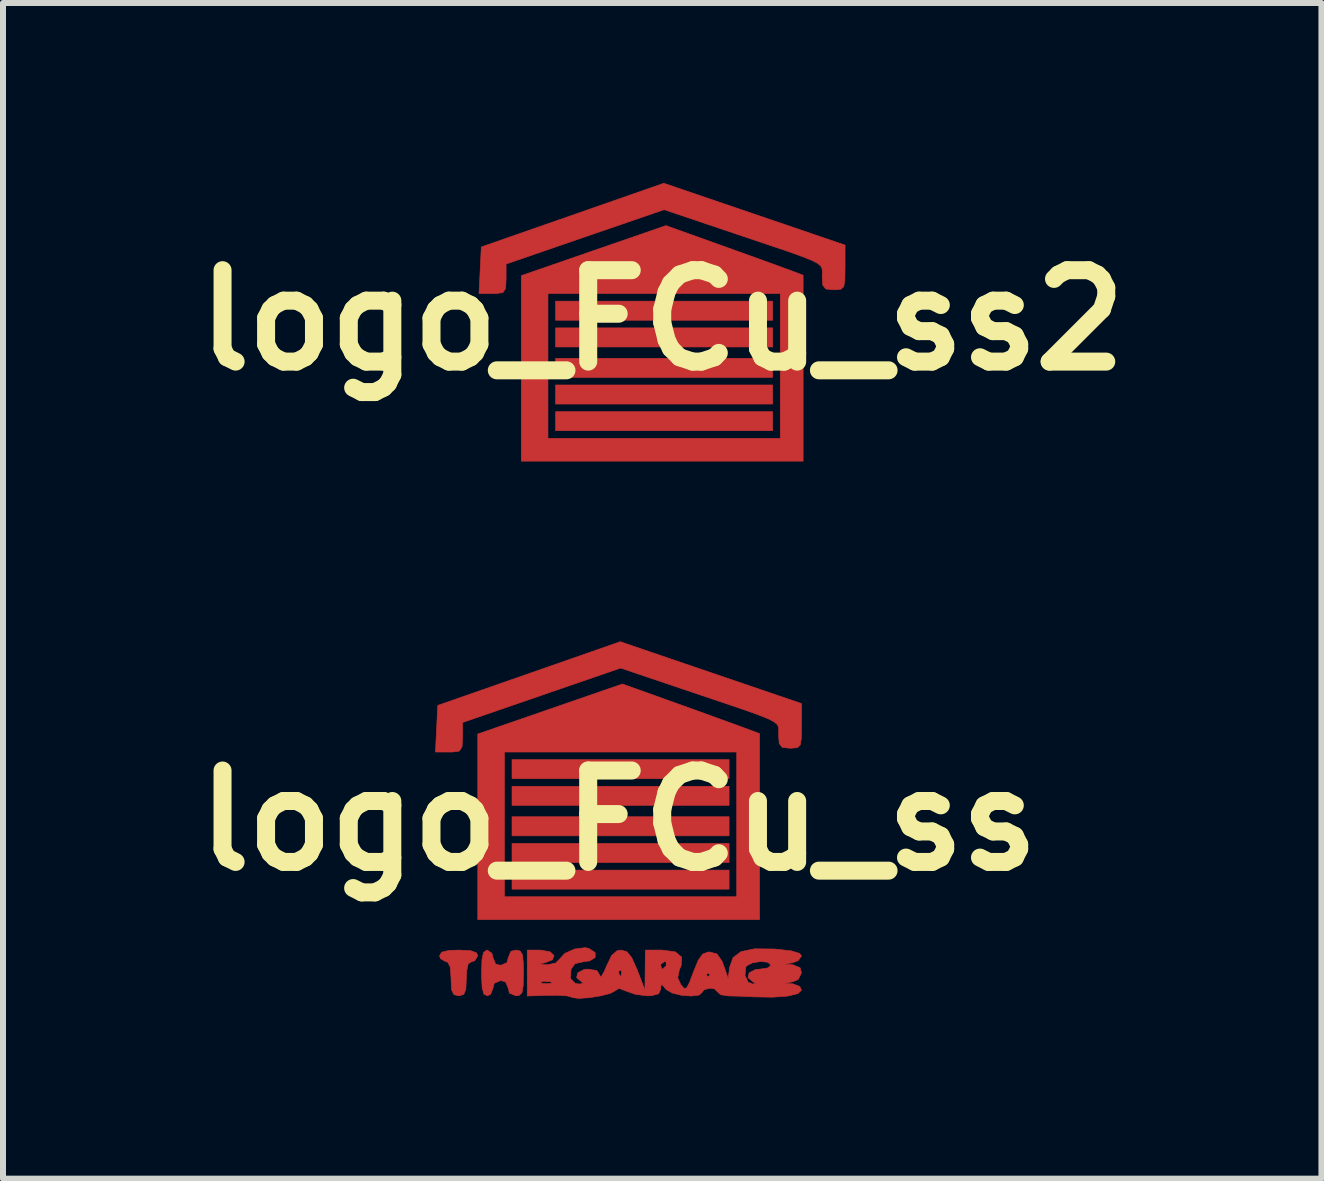
<source format=kicad_pcb>
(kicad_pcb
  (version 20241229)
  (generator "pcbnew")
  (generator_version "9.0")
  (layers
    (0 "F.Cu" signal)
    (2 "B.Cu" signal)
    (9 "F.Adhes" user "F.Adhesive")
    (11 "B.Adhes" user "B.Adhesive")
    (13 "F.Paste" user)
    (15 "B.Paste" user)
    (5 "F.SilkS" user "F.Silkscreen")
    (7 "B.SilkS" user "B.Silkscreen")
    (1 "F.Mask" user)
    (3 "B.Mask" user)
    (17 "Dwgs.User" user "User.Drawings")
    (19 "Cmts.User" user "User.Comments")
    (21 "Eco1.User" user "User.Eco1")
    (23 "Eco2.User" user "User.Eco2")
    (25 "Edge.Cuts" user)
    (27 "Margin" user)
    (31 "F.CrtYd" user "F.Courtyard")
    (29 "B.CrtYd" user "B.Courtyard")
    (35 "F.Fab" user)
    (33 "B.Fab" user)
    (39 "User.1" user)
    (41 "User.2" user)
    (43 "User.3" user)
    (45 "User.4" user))
  (footprint "logo_FCu_ss2"
    (layer "F.Cu")
    (at 7.99 2.289)
    (property "Reference" "logo_FCu_ss2" (at 0 0 0) (layer "F.SilkS") (effects (font (size 1.524 1.524) (thickness 0.3))))
    (attr through_hole)
    (fp_poly (pts (xy 1.841 0) (xy -1.778 0) (xy -1.778 -0.318) (xy 1.841 -0.318) (xy 1.841 0)) (stroke (width 0.01) (type solid)) (fill yes) (layer "F.Cu"))
    (fp_poly (pts (xy 1.841 0.445) (xy -1.778 0.445) (xy -1.778 0.127) (xy 1.841 0.127) (xy 1.841 0.445)) (stroke (width 0.01) (type solid)) (fill yes) (layer "F.Cu"))
    (fp_poly (pts (xy 1.841 0.953) (xy -1.778 0.953) (xy -1.778 0.635) (xy 1.841 0.635) (xy 1.841 0.953)) (stroke (width 0.01) (type solid)) (fill yes) (layer "F.Cu"))
    (fp_poly (pts (xy 1.841 1.397) (xy -1.778 1.397) (xy -1.778 1.079) (xy 1.841 1.079) (xy 1.841 1.397)) (stroke (width 0.01) (type solid)) (fill yes) (layer "F.Cu"))
    (fp_poly (pts (xy 1.841 1.841) (xy -1.778 1.841) (xy -1.778 1.524) (xy 1.841 1.524) (xy 1.841 1.841)) (stroke (width 0.01) (type solid)) (fill yes) (layer "F.Cu"))
    (fp_poly (pts (xy 0.936 -1.265) (xy 1.273 -1.144) (xy 1.59 -1.03) (xy 1.858 -0.933) (xy 2.045 -0.864) (xy 2.08 -0.852) (xy 2.349 -0.751) (xy 2.349 0.799) (xy 2.349 2.349) (xy -2.349 2.349) (xy -2.349 -0.445) (xy -1.905 -0.445) (xy -1.905 1.968) (xy 1.968 1.968) (xy 1.968 -0.445) (xy -1.905 -0.445) (xy -2.349 -0.445) (xy -2.349 -0.744) (xy -1.144 -1.161) (xy 0.062 -1.578) (xy 0.936 -1.265)) (stroke (width 0.01) (type solid)) (fill yes) (layer "F.Cu"))
    (fp_poly (pts (xy 3.048 -1.253) (xy 3.048 -0.88) (xy 3.045 -0.673) (xy 3.027 -0.561) (xy 2.978 -0.517) (xy 2.881 -0.508) (xy 2.857 -0.508) (xy 2.728 -0.521) (xy 2.676 -0.586) (xy 2.667 -0.723) (xy 2.669 -0.796) (xy 2.667 -0.853) (xy 2.646 -0.901) (xy 2.592 -0.948) (xy 2.491 -1) (xy 2.329 -1.064) (xy 2.093 -1.149) (xy 1.767 -1.259) (xy 1.339 -1.403) (xy 1.238 -1.437) (xy 0.032 -1.844) (xy -1.286 -1.391) (xy -2.603 -0.937) (xy -2.603 -0.691) (xy -2.611 -0.531) (xy -2.655 -0.462) (xy -2.771 -0.445) (xy -2.829 -0.445) (xy -3.054 -0.445) (xy -3.035 -0.833) (xy -3.016 -1.222) (xy 0.026 -2.284) (xy 3.048 -1.253)) (stroke (width 0.01) (type solid)) (fill yes) (layer "F.Cu")))
  (footprint "logo_FCu_ss"
    (layer "F.Cu")
    (at 7.264 10.63)
    (property "Reference" "logo_FCu_ss" (at 0 0 0) (layer "F.SilkS") (effects (font (size 1.524 1.524) (thickness 0.3))))
    (attr through_hole)
    (fp_poly (pts (xy 1.841 -0.699) (xy -1.778 -0.699) (xy -1.778 -1.016) (xy 1.841 -1.016) (xy 1.841 -0.699)) (stroke (width 0.01) (type solid)) (fill yes) (layer "F.Cu"))
    (fp_poly (pts (xy 1.841 -0.254) (xy -1.778 -0.254) (xy -1.778 -0.572) (xy 1.841 -0.572) (xy 1.841 -0.254)) (stroke (width 0.01) (type solid)) (fill yes) (layer "F.Cu"))
    (fp_poly (pts (xy 1.841 0.254) (xy -1.778 0.254) (xy -1.778 -0.064) (xy 1.841 -0.064) (xy 1.841 0.254)) (stroke (width 0.01) (type solid)) (fill yes) (layer "F.Cu"))
    (fp_poly (pts (xy 1.841 0.699) (xy -1.778 0.699) (xy -1.778 0.381) (xy 1.841 0.381) (xy 1.841 0.699)) (stroke (width 0.01) (type solid)) (fill yes) (layer "F.Cu"))
    (fp_poly (pts (xy 1.841 1.143) (xy -1.778 1.143) (xy -1.778 0.826) (xy 1.841 0.826) (xy 1.841 1.143)) (stroke (width 0.01) (type solid)) (fill yes) (layer "F.Cu"))
    (fp_poly (pts (xy 0.936 -1.964) (xy 1.273 -1.843) (xy 1.59 -1.728) (xy 1.858 -1.631) (xy 2.045 -1.563) (xy 2.08 -1.55) (xy 2.349 -1.45) (xy 2.349 0.101) (xy 2.349 1.651) (xy -2.349 1.651) (xy -2.349 -1.143) (xy -1.905 -1.143) (xy -1.905 1.27) (xy 1.968 1.27) (xy 1.968 -1.143) (xy -1.905 -1.143) (xy -2.349 -1.143) (xy -2.349 -1.443) (xy -1.144 -1.86) (xy 0.062 -2.277) (xy 0.936 -1.964)) (stroke (width 0.01) (type solid)) (fill yes) (layer "F.Cu"))
    (fp_poly (pts (xy -2.467 2.169) (xy -2.37 2.205) (xy -2.349 2.254) (xy -2.4 2.338) (xy -2.445 2.349) (xy -2.508 2.387) (xy -2.536 2.514) (xy -2.54 2.635) (xy -2.548 2.814) (xy -2.583 2.898) (xy -2.658 2.921) (xy -2.667 2.921) (xy -2.746 2.902) (xy -2.784 2.825) (xy -2.794 2.656) (xy -2.794 2.635) (xy -2.806 2.447) (xy -2.849 2.361) (xy -2.889 2.349) (xy -2.973 2.299) (xy -2.985 2.254) (xy -2.951 2.194) (xy -2.833 2.165) (xy -2.667 2.159) (xy -2.467 2.169)) (stroke (width 0.01) (type solid)) (fill yes) (layer "F.Cu"))
    (fp_poly (pts (xy -1.644 2.173) (xy -1.605 2.234) (xy -1.59 2.371) (xy -1.587 2.54) (xy -1.592 2.753) (xy -1.612 2.868) (xy -1.658 2.914) (xy -1.714 2.921) (xy -1.821 2.876) (xy -1.841 2.794) (xy -1.886 2.688) (xy -1.968 2.667) (xy -2.075 2.712) (xy -2.095 2.794) (xy -2.135 2.897) (xy -2.191 2.921) (xy -2.246 2.892) (xy -2.276 2.788) (xy -2.286 2.586) (xy -2.286 2.54) (xy -2.279 2.319) (xy -2.253 2.2) (xy -2.202 2.16) (xy -2.191 2.159) (xy -2.113 2.212) (xy -2.095 2.286) (xy -2.051 2.392) (xy -1.968 2.413) (xy -1.862 2.368) (xy -1.841 2.286) (xy -1.797 2.18) (xy -1.714 2.159) (xy -1.644 2.173)) (stroke (width 0.01) (type solid)) (fill yes) (layer "F.Cu"))
    (fp_poly (pts (xy 3.048 -1.951) (xy 3.048 -1.579) (xy 3.045 -1.371) (xy 3.027 -1.26) (xy 2.978 -1.215) (xy 2.881 -1.207) (xy 2.857 -1.206) (xy 2.728 -1.22) (xy 2.676 -1.285) (xy 2.667 -1.422) (xy 2.669 -1.494) (xy 2.667 -1.551) (xy 2.646 -1.599) (xy 2.592 -1.646) (xy 2.491 -1.698) (xy 2.329 -1.763) (xy 2.093 -1.847) (xy 1.767 -1.958) (xy 1.339 -2.102) (xy 1.238 -2.136) (xy 0.032 -2.543) (xy -1.286 -2.089) (xy -2.603 -1.635) (xy -2.603 -1.389) (xy -2.611 -1.23) (xy -2.655 -1.16) (xy -2.771 -1.143) (xy -2.829 -1.143) (xy -3.054 -1.143) (xy -3.035 -1.532) (xy -3.016 -1.92) (xy 0.026 -2.982) (xy 3.048 -1.951)) (stroke (width 0.01) (type solid)) (fill yes) (layer "F.Cu"))
    (fp_poly (pts (xy -0.5 2.13) (xy -0.392 2.2) (xy -0.391 2.282) (xy -0.486 2.34) (xy -0.567 2.349) (xy -0.727 2.385) (xy -0.794 2.476) (xy -0.804 2.634) (xy -0.721 2.717) (xy -0.647 2.725) (xy -0.589 2.709) (xy -0.619 2.688) (xy -0.701 2.617) (xy -0.681 2.537) (xy -0.577 2.483) (xy -0.508 2.477) (xy -0.362 2.501) (xy -0.313 2.583) (xy -0.313 2.588) (xy -0.291 2.602) (xy -0.255 2.54) (xy 0 2.54) (xy 0.023 2.592) (xy 0.042 2.582) (xy 0.05 2.507) (xy 0.042 2.498) (xy 0.005 2.506) (xy 0 2.54) (xy -0.255 2.54) (xy -0.241 2.516) (xy -0.204 2.429) (xy -0.118 2.25) (xy -0.027 2.17) (xy 0.04 2.159) (xy 0.135 2.185) (xy 0.216 2.282) (xy 0.303 2.475) (xy 0.31 2.492) (xy 0.438 2.826) (xy 0.442 2.413) (xy 0.699 2.413) (xy 0.72 2.475) (xy 0.727 2.477) (xy 0.781 2.432) (xy 0.794 2.413) (xy 0.789 2.354) (xy 0.766 2.349) (xy 0.701 2.396) (xy 0.699 2.413) (xy 0.442 2.413) (xy 0.445 2.159) (xy 0.723 2.159) (xy 0.943 2.188) (xy 1.049 2.275) (xy 1.042 2.419) (xy 1.013 2.482) (xy 0.984 2.622) (xy 1.036 2.733) (xy 1.09 2.797) (xy 1.133 2.791) (xy 1.182 2.698) (xy 1.229 2.572) (xy 1.46 2.572) (xy 1.492 2.603) (xy 1.524 2.572) (xy 1.492 2.54) (xy 1.46 2.572) (xy 1.229 2.572) (xy 1.246 2.526) (xy 1.327 2.328) (xy 1.4 2.226) (xy 1.489 2.192) (xy 1.519 2.191) (xy 1.638 2.223) (xy 1.721 2.341) (xy 1.749 2.413) (xy 1.826 2.635) (xy 1.832 2.584) (xy 2.106 2.584) (xy 2.159 2.694) (xy 2.236 2.725) (xy 2.284 2.712) (xy 2.238 2.688) (xy 2.156 2.617) (xy 2.176 2.537) (xy 2.281 2.483) (xy 2.349 2.477) (xy 2.483 2.458) (xy 2.54 2.414) (xy 2.54 2.413) (xy 2.489 2.362) (xy 2.369 2.349) (xy 2.234 2.37) (xy 2.135 2.42) (xy 2.118 2.445) (xy 2.106 2.584) (xy 1.832 2.584) (xy 1.85 2.445) (xy 1.907 2.285) (xy 2.041 2.184) (xy 2.266 2.138) (xy 2.596 2.141) (xy 2.619 2.143) (xy 2.877 2.172) (xy 3.016 2.214) (xy 3.048 2.257) (xy 2.994 2.333) (xy 2.905 2.368) (xy 2.762 2.396) (xy 2.905 2.404) (xy 3.024 2.454) (xy 3.048 2.536) (xy 2.993 2.649) (xy 2.905 2.686) (xy 2.762 2.713) (xy 2.905 2.722) (xy 3.019 2.765) (xy 3.048 2.826) (xy 2.988 2.885) (xy 2.821 2.925) (xy 2.565 2.944) (xy 2.238 2.938) (xy 2.191 2.935) (xy 1.983 2.926) (xy 1.826 2.923) (xy 1.699 2.903) (xy 1.651 2.859) (xy 1.598 2.806) (xy 1.524 2.794) (xy 1.421 2.821) (xy 1.397 2.857) (xy 1.343 2.908) (xy 1.212 2.925) (xy 1.047 2.913) (xy 0.891 2.874) (xy 0.79 2.814) (xy 0.787 2.81) (xy 0.722 2.733) (xy 0.702 2.76) (xy 0.701 2.81) (xy 0.666 2.888) (xy 0.546 2.919) (xy 0.475 2.921) (xy 0.284 2.898) (xy 0.128 2.844) (xy 0.124 2.842) (xy 0.007 2.797) (xy -0.05 2.832) (xy -0.134 2.879) (xy -0.296 2.921) (xy -0.488 2.952) (xy -0.662 2.964) (xy -0.771 2.951) (xy -0.782 2.944) (xy -0.864 2.922) (xy -1.031 2.912) (xy -1.174 2.913) (xy -1.524 2.924) (xy -1.524 2.712) (xy -1.294 2.712) (xy -1.206 2.72) (xy -1.116 2.71) (xy -1.127 2.688) (xy -1.257 2.68) (xy -1.286 2.688) (xy -1.294 2.712) (xy -1.524 2.712) (xy -1.524 2.159) (xy -1.302 2.159) (xy -1.146 2.187) (xy -1.077 2.25) (xy -1.105 2.321) (xy -1.222 2.368) (xy -1.31 2.389) (xy -1.28 2.399) (xy -1.197 2.404) (xy -1.053 2.377) (xy -0.993 2.317) (xy -0.897 2.214) (xy -0.733 2.141) (xy -0.559 2.119) (xy -0.5 2.13)) (stroke (width 0.01) (type solid)) (fill yes) (layer "F.Cu")))
  (gr_rect
    (start -3 -3)
    (end 18.98 16.6)
    (stroke (width 0.1) (type default))
    (fill no)
    (layer "Edge.Cuts")))
</source>
